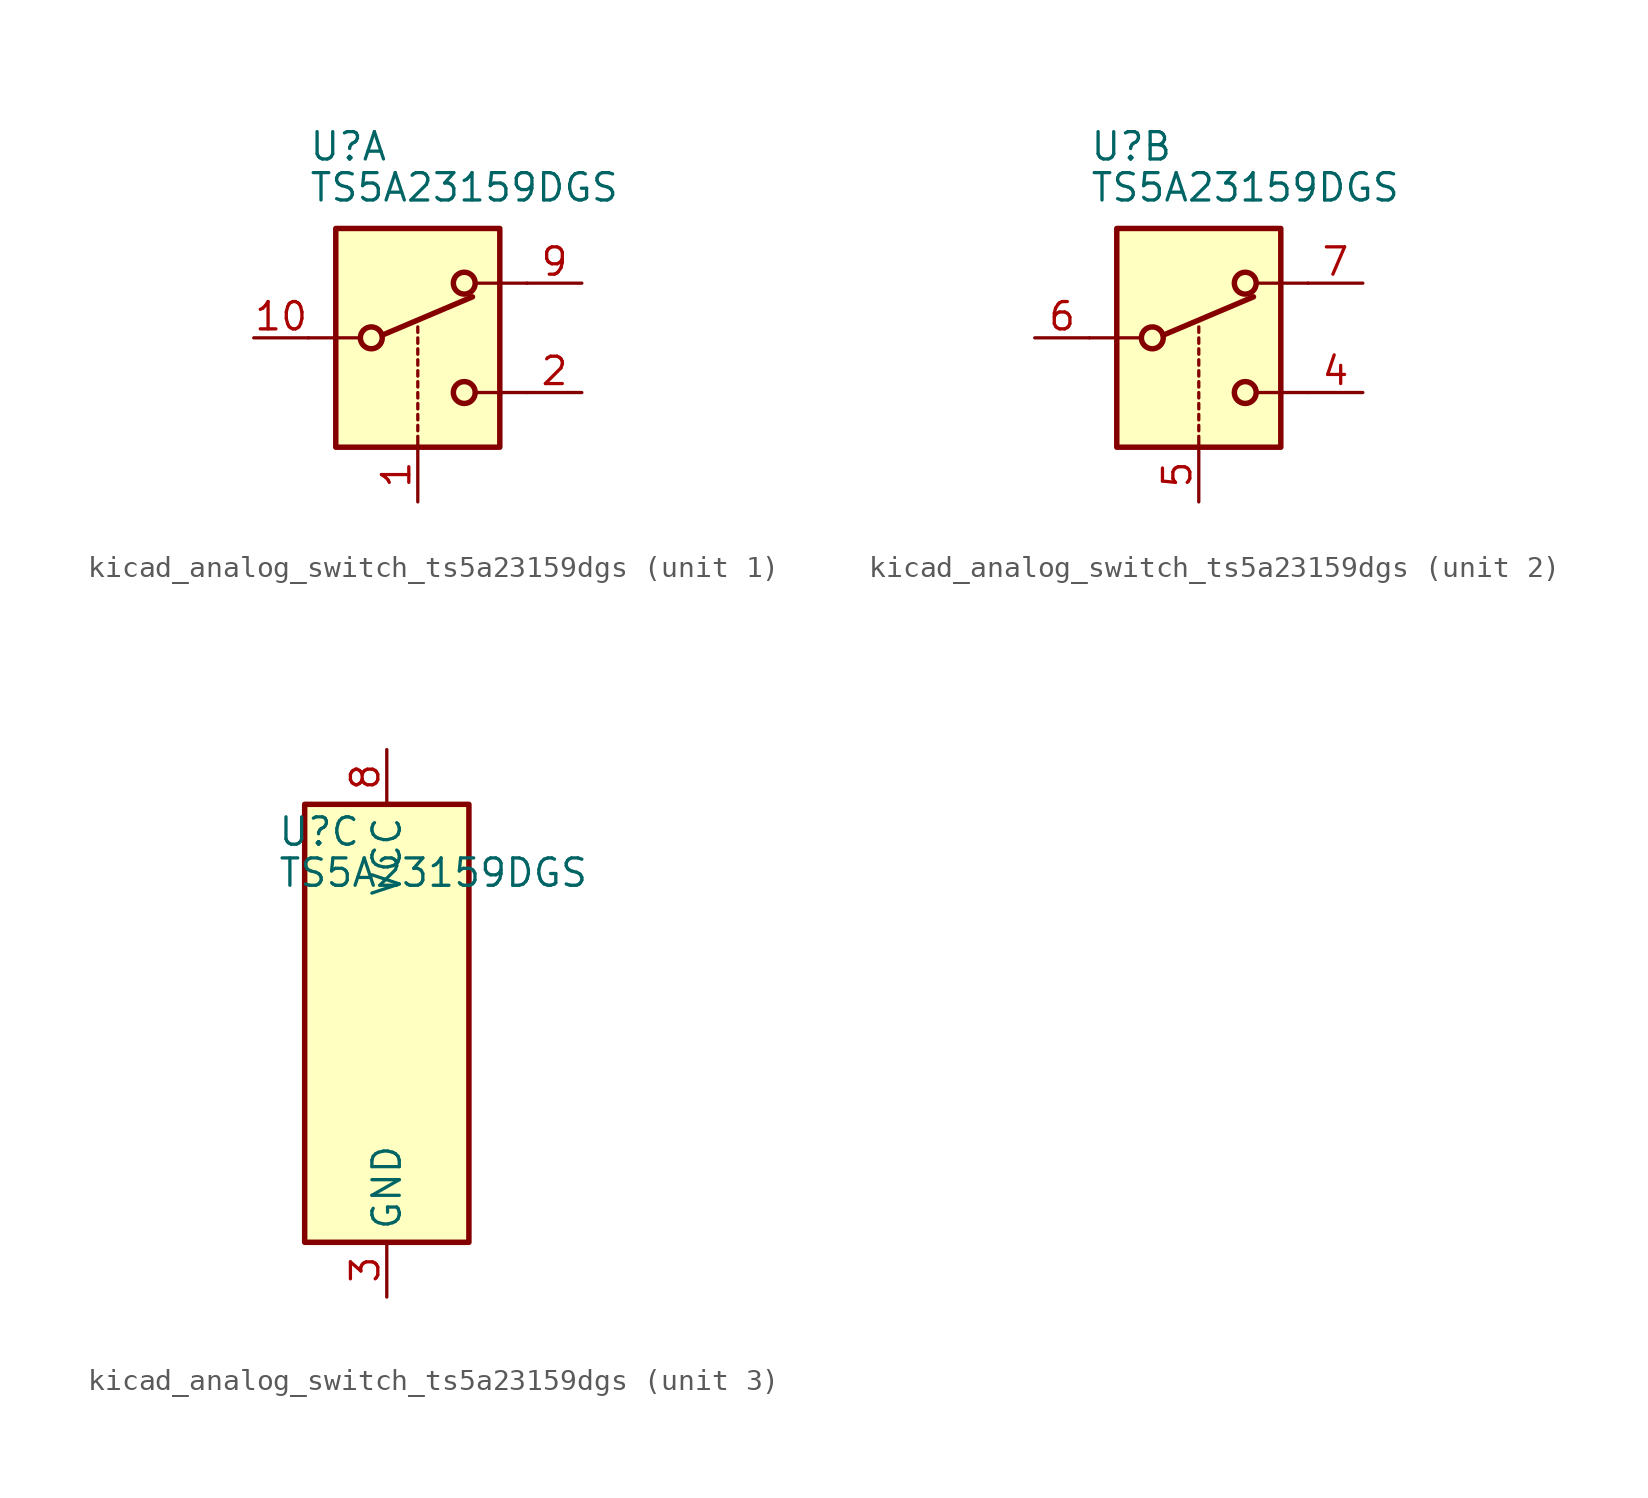
<source format=kicad_sym>
(kicad_symbol_lib
  (version 20220914)
  (generator kicad_symbol_editor)
  (symbol "kicad_analog_switch_ts5a23159dgs"
    (property "Reference" "U"
      (at -5.08 8.89 0)
      (effects (font (size 1.27 1.27)) (justify left)))
    (property "Value" "TS5A23159DGS"
      (at -5.08 6.985 0)
      (effects (font (size 1.27 1.27)) (justify left)))
    (property "ki_locked" ""
      (at 0 0 0)
      (effects (font (size 1.27 1.27))))
    (symbol "kicad_analog_switch_ts5a23159dgs_1_1"
      (rectangle (start -3.81 5.08) (end 3.81 -5.08) (stroke (width 0.254) (type default)) (fill (type background)))
      (circle (center -2.159 0) (radius 0.508) (stroke (width 0.254) (type default)) (fill (type none)))
      (polyline (pts (xy -5.08 0) (xy -2.794 0)) (stroke (width 0) (type default)) (fill (type none)))
      (polyline (pts (xy -1.651 0.127) (xy 2.54 1.905)) (stroke (width 0.254) (type default)) (fill (type none)))
      (polyline (pts (xy 0 -5.08) (xy 0 -4.572)) (stroke (width 0) (type default)) (fill (type none)))
      (polyline (pts (xy 0 -4.318) (xy 0 -4.064)) (stroke (width 0) (type default)) (fill (type none)))
      (polyline (pts (xy 0 -3.81) (xy 0 -3.556)) (stroke (width 0) (type default)) (fill (type none)))
      (polyline (pts (xy 0 -3.302) (xy 0 -3.048)) (stroke (width 0) (type default)) (fill (type none)))
      (polyline (pts (xy 0 -2.794) (xy 0 -2.54)) (stroke (width 0) (type default)) (fill (type none)))
      (polyline (pts (xy 0 -2.286) (xy 0 -2.032)) (stroke (width 0) (type default)) (fill (type none)))
      (polyline (pts (xy 0 -1.778) (xy 0 -1.524)) (stroke (width 0) (type default)) (fill (type none)))
      (polyline (pts (xy 0 -1.27) (xy 0 -1.016)) (stroke (width 0) (type default)) (fill (type none)))
      (polyline (pts (xy 0 -0.762) (xy 0 -0.508)) (stroke (width 0) (type default)) (fill (type none)))
      (polyline (pts (xy 0 -0.254) (xy 0 0)) (stroke (width 0) (type default)) (fill (type none)))
      (polyline (pts (xy 0 0.254) (xy 0 0.508)) (stroke (width 0) (type default)) (fill (type none)))
      (polyline (pts (xy 5.08 -2.54) (xy 2.794 -2.54)) (stroke (width 0) (type default)) (fill (type none)))
      (polyline (pts (xy 5.08 2.54) (xy 2.794 2.54)) (stroke (width 0) (type default)) (fill (type none)))
      (circle (center 2.159 -2.54) (radius 0.508) (stroke (width 0.254) (type default)) (fill (type none)))
      (circle (center 2.159 2.54) (radius 0.508) (stroke (width 0.254) (type default)) (fill (type none)))
      (pin input line (at 0 -7.62 90) (length 2.54) (name "~" (effects (font (size 1.27 1.27)))) (number "1" (effects (font (size 1.27 1.27)))))
      (pin passive line (at -7.62 0 0) (length 2.54) (name "~" (effects (font (size 1.27 1.27)))) (number "10" (effects (font (size 1.27 1.27)))))
      (pin passive line (at 7.62 -2.54 180) (length 2.54) (name "~" (effects (font (size 1.27 1.27)))) (number "2" (effects (font (size 1.27 1.27)))))
      (pin passive line (at 7.62 2.54 180) (length 2.54) (name "~" (effects (font (size 1.27 1.27)))) (number "9" (effects (font (size 1.27 1.27))))))
    (symbol "kicad_analog_switch_ts5a23159dgs_2_1"
      (rectangle (start -3.81 5.08) (end 3.81 -5.08) (stroke (width 0.254) (type default)) (fill (type background)))
      (circle (center -2.159 0) (radius 0.508) (stroke (width 0.254) (type default)) (fill (type none)))
      (polyline (pts (xy -5.08 0) (xy -2.794 0)) (stroke (width 0) (type default)) (fill (type none)))
      (polyline (pts (xy -1.651 0.127) (xy 2.54 1.905)) (stroke (width 0.254) (type default)) (fill (type none)))
      (polyline (pts (xy 0 -5.08) (xy 0 -4.572)) (stroke (width 0) (type default)) (fill (type none)))
      (polyline (pts (xy 0 -4.318) (xy 0 -4.064)) (stroke (width 0) (type default)) (fill (type none)))
      (polyline (pts (xy 0 -3.81) (xy 0 -3.556)) (stroke (width 0) (type default)) (fill (type none)))
      (polyline (pts (xy 0 -3.302) (xy 0 -3.048)) (stroke (width 0) (type default)) (fill (type none)))
      (polyline (pts (xy 0 -2.794) (xy 0 -2.54)) (stroke (width 0) (type default)) (fill (type none)))
      (polyline (pts (xy 0 -2.286) (xy 0 -2.032)) (stroke (width 0) (type default)) (fill (type none)))
      (polyline (pts (xy 0 -1.778) (xy 0 -1.524)) (stroke (width 0) (type default)) (fill (type none)))
      (polyline (pts (xy 0 -1.27) (xy 0 -1.016)) (stroke (width 0) (type default)) (fill (type none)))
      (polyline (pts (xy 0 -0.762) (xy 0 -0.508)) (stroke (width 0) (type default)) (fill (type none)))
      (polyline (pts (xy 0 -0.254) (xy 0 0)) (stroke (width 0) (type default)) (fill (type none)))
      (polyline (pts (xy 0 0.254) (xy 0 0.508)) (stroke (width 0) (type default)) (fill (type none)))
      (polyline (pts (xy 5.08 -2.54) (xy 2.794 -2.54)) (stroke (width 0) (type default)) (fill (type none)))
      (polyline (pts (xy 5.08 2.54) (xy 2.794 2.54)) (stroke (width 0) (type default)) (fill (type none)))
      (circle (center 2.159 -2.54) (radius 0.508) (stroke (width 0.254) (type default)) (fill (type none)))
      (circle (center 2.159 2.54) (radius 0.508) (stroke (width 0.254) (type default)) (fill (type none)))
      (pin passive line (at 7.62 -2.54 180) (length 2.54) (name "~" (effects (font (size 1.27 1.27)))) (number "4" (effects (font (size 1.27 1.27)))))
      (pin input line (at 0 -7.62 90) (length 2.54) (name "~" (effects (font (size 1.27 1.27)))) (number "5" (effects (font (size 1.27 1.27)))))
      (pin passive line (at -7.62 0 0) (length 2.54) (name "~" (effects (font (size 1.27 1.27)))) (number "6" (effects (font (size 1.27 1.27)))))
      (pin passive line (at 7.62 2.54 180) (length 2.54) (name "~" (effects (font (size 1.27 1.27)))) (number "7" (effects (font (size 1.27 1.27))))))
    (symbol "kicad_analog_switch_ts5a23159dgs_3_1"
      (rectangle (start -3.81 10.16) (end 3.81 -10.16) (stroke (width 0.254) (type default)) (fill (type background)))
      (pin power_in line (at 0 -12.7 90) (length 2.54) (name "GND" (effects (font (size 1.27 1.27)))) (number "3" (effects (font (size 1.27 1.27)))))
      (pin power_in line (at 0 12.7 270) (length 2.54) (name "VCC" (effects (font (size 1.27 1.27)))) (number "8" (effects (font (size 1.27 1.27))))))))
</source>
